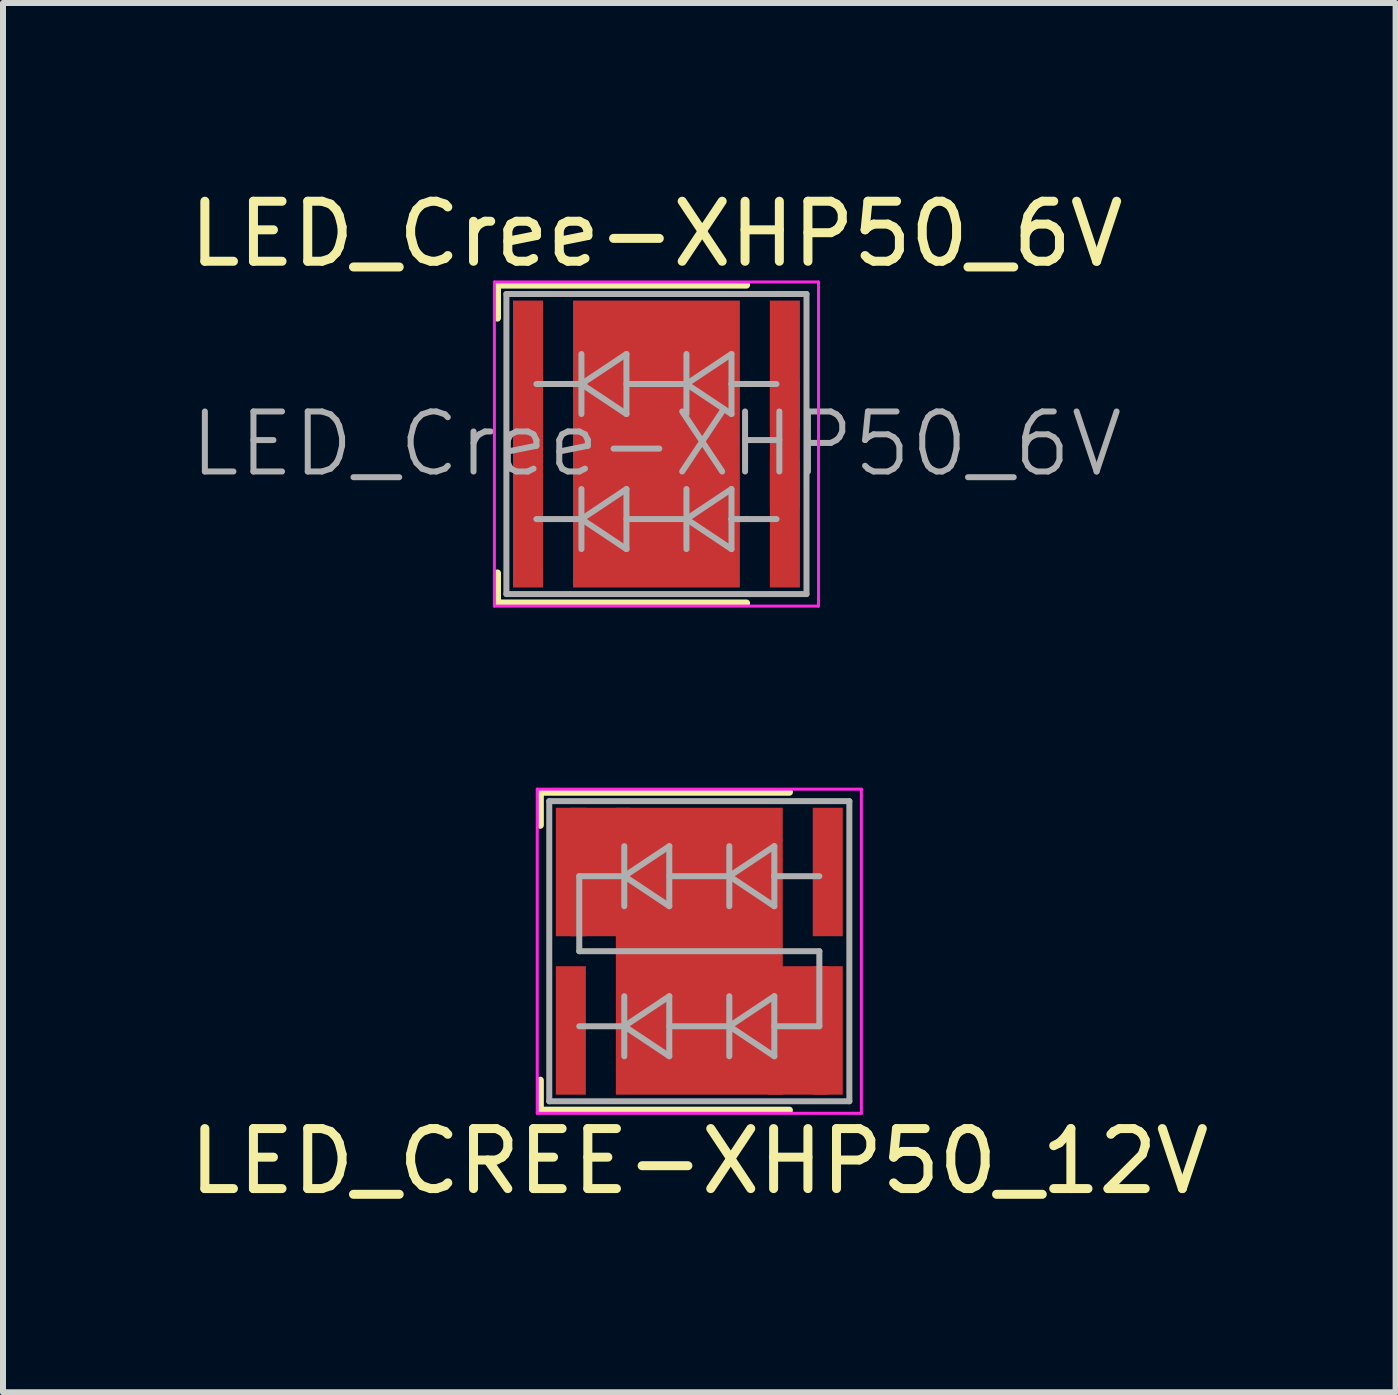
<source format=kicad_pcb>
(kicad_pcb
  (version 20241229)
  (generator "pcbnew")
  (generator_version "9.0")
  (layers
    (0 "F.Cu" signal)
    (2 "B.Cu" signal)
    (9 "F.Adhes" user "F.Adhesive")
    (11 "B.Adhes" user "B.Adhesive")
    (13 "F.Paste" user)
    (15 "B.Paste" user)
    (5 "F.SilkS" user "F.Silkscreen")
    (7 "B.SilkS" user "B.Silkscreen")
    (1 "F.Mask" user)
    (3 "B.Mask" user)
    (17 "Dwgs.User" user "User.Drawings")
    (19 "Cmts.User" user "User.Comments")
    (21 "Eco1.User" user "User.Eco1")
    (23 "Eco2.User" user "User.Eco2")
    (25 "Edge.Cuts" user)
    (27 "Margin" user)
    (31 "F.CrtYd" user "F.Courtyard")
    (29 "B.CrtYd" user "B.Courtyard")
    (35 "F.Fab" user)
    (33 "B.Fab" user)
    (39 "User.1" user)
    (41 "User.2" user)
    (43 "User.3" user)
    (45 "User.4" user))
  (footprint "LED_CREE-XHP50_12V"
    (layer "F.Cu")
    (at 8.601 12.798)
    (property "Reference" "LED_CREE-XHP50_12V" (at 0 3.5 0) (layer "F.SilkS") (effects (font (size 1 1) (thickness 0.15))))
    (attr smd)
    (fp_line (start -2.65 -2.65) (end -2.65 -2.1) (stroke (width 0.12) (type solid)) (layer "F.SilkS"))
    (fp_line (start -2.65 2.65) (end -2.65 2.15) (stroke (width 0.12) (type solid)) (layer "F.SilkS"))
    (fp_line (start 1.5 -2.65) (end -2.65 -2.65) (stroke (width 0.12) (type solid)) (layer "F.SilkS"))
    (fp_line (start 1.5 2.65) (end -2.65 2.65) (stroke (width 0.12) (type solid)) (layer "F.SilkS"))
    (fp_line (start -2.7 -2.7) (end -2.7 2.7) (stroke (width 0.05) (type solid)) (layer "F.CrtYd"))
    (fp_line (start -2.7 2.7) (end 2.7 2.7) (stroke (width 0.05) (type solid)) (layer "F.CrtYd"))
    (fp_line (start 2.7 -2.7) (end -2.7 -2.7) (stroke (width 0.05) (type solid)) (layer "F.CrtYd"))
    (fp_line (start 2.7 2.7) (end 2.7 -2.7) (stroke (width 0.05) (type solid)) (layer "F.CrtYd"))
    (fp_line (start -2.5 -2.5) (end 2.5 -2.5) (stroke (width 0.1) (type solid)) (layer "F.Fab"))
    (fp_line (start -2.5 2.5) (end -2.5 -2.5) (stroke (width 0.1) (type solid)) (layer "F.Fab"))
    (fp_line (start -2 -1.25) (end -2 0) (stroke (width 0.1) (type solid)) (layer "F.Fab"))
    (fp_line (start -2 -1.25) (end -1.25 -1.25) (stroke (width 0.1) (type solid)) (layer "F.Fab"))
    (fp_line (start -2 0) (end 2 0) (stroke (width 0.1) (type solid)) (layer "F.Fab"))
    (fp_line (start -2 1.25) (end -1.25 1.25) (stroke (width 0.1) (type solid)) (layer "F.Fab"))
    (fp_line (start -1.25 -1.25) (end -1.25 -1.75) (stroke (width 0.1) (type solid)) (layer "F.Fab"))
    (fp_line (start -1.25 -1.25) (end -1.25 -0.75) (stroke (width 0.1) (type solid)) (layer "F.Fab"))
    (fp_line (start -1.25 -1.25) (end -0.5 -1.75) (stroke (width 0.1) (type solid)) (layer "F.Fab"))
    (fp_line (start -1.25 1.25) (end -1.25 0.75) (stroke (width 0.1) (type solid)) (layer "F.Fab"))
    (fp_line (start -1.25 1.25) (end -1.25 1.75) (stroke (width 0.1) (type solid)) (layer "F.Fab"))
    (fp_line (start -1.25 1.25) (end -0.5 0.75) (stroke (width 0.1) (type solid)) (layer "F.Fab"))
    (fp_line (start -0.5 -1.75) (end -0.5 -0.75) (stroke (width 0.1) (type solid)) (layer "F.Fab"))
    (fp_line (start -0.5 -1.25) (end 0.5 -1.25) (stroke (width 0.1) (type solid)) (layer "F.Fab"))
    (fp_line (start -0.5 -0.75) (end -1.25 -1.25) (stroke (width 0.1) (type solid)) (layer "F.Fab"))
    (fp_line (start -0.5 0.75) (end -0.5 1.75) (stroke (width 0.1) (type solid)) (layer "F.Fab"))
    (fp_line (start -0.5 1.25) (end 0.5 1.25) (stroke (width 0.1) (type solid)) (layer "F.Fab"))
    (fp_line (start -0.5 1.75) (end -1.25 1.25) (stroke (width 0.1) (type solid)) (layer "F.Fab"))
    (fp_line (start 0.5 -1.75) (end 0.5 -0.75) (stroke (width 0.1) (type solid)) (layer "F.Fab"))
    (fp_line (start 0.5 -1.25) (end 1.25 -0.75) (stroke (width 0.1) (type solid)) (layer "F.Fab"))
    (fp_line (start 0.5 0.75) (end 0.5 1.75) (stroke (width 0.1) (type solid)) (layer "F.Fab"))
    (fp_line (start 0.5 1.25) (end 1.25 1.75) (stroke (width 0.1) (type solid)) (layer "F.Fab"))
    (fp_line (start 1.25 -1.75) (end 0.5 -1.25) (stroke (width 0.1) (type solid)) (layer "F.Fab"))
    (fp_line (start 1.25 -1.25) (end 1.25 -1.75) (stroke (width 0.1) (type solid)) (layer "F.Fab"))
    (fp_line (start 1.25 -0.75) (end 1.25 -1.25) (stroke (width 0.1) (type solid)) (layer "F.Fab"))
    (fp_line (start 1.25 0.75) (end 0.5 1.25) (stroke (width 0.1) (type solid)) (layer "F.Fab"))
    (fp_line (start 1.25 0.75) (end 1.25 1.75) (stroke (width 0.1) (type solid)) (layer "F.Fab"))
    (fp_line (start 2 -1.25) (end 1.25 -1.25) (stroke (width 0.1) (type solid)) (layer "F.Fab"))
    (fp_line (start 2 0) (end 2 1.25) (stroke (width 0.1) (type solid)) (layer "F.Fab"))
    (fp_line (start 2 1.25) (end 1.25 1.25) (stroke (width 0.1) (type solid)) (layer "F.Fab"))
    (fp_line (start 2.5 -2.5) (end 2.5 2.5) (stroke (width 0.1) (type solid)) (layer "F.Fab"))
    (fp_line (start 2.5 2.5) (end -2.5 2.5) (stroke (width 0.1) (type solid)) (layer "F.Fab"))
    (pad "1" smd rect (at -2.14 1.32) (size 0.5 2.14) (layers "F.Cu" "F.Mask" "F.Paste"))
    (pad "2" smd rect (at 2.14 -1.32) (size 0.5 2.14) (layers "F.Cu" "F.Mask" "F.Paste"))
    (pad "3" smd rect (at -2.14 -1.32) (size 0.5 2.14) (layers "F.Cu" "F.Mask" "F.Paste"))
    (pad "3" smd rect (at -1.65 -1.32) (size 1 2.14) (layers "F.Cu" "F.Mask"))
    (pad "3" smd rect (at -0.61 -1.57) (size 0.97 0.8) (layers "F.Cu" "F.Mask" "F.Paste"))
    (pad "3" smd rect (at -0.61 -0.53) (size 0.97 0.8) (layers "F.Cu" "F.Mask" "F.Paste"))
    (pad "3" smd rect (at -0.61 0.53) (size 0.97 0.8) (layers "F.Cu" "F.Mask" "F.Paste"))
    (pad "3" smd rect (at -0.61 1.57) (size 0.97 0.8) (layers "F.Cu" "F.Mask" "F.Paste"))
    (pad "3" smd rect (at 0 0) (size 2.78 4.78) (layers "F.Cu" "F.Mask"))
    (pad "3" smd rect (at 0.61 -1.57) (size 0.97 0.8) (layers "F.Cu" "F.Mask" "F.Paste"))
    (pad "3" smd rect (at 0.61 -0.53) (size 0.97 0.8) (layers "F.Cu" "F.Mask" "F.Paste"))
    (pad "3" smd rect (at 0.61 0.53) (size 0.97 0.8) (layers "F.Cu" "F.Mask" "F.Paste"))
    (pad "3" smd rect (at 0.61 1.57) (size 0.97 0.8) (layers "F.Cu" "F.Mask" "F.Paste"))
    (pad "3" smd rect (at 1.65 1.32) (size 1 2.14) (layers "F.Cu" "F.Mask"))
    (pad "3" smd rect (at 2.14 1.32) (size 0.5 2.14) (layers "F.Cu" "F.Mask" "F.Paste")))
  (footprint "LED_Cree-XHP50_6V"
    (layer "F.Cu")
    (at 7.887 4.348)
    (property "Reference" "LED_Cree-XHP50_6V" (at 0 -3.5 0) (layer "F.SilkS") (effects (font (size 1 1) (thickness 0.15))))
    (attr smd)
    (fp_line (start -2.65 -2.65) (end -2.65 -2.1) (stroke (width 0.12) (type solid)) (layer "F.SilkS"))
    (fp_line (start -2.65 2.65) (end -2.65 2.15) (stroke (width 0.12) (type solid)) (layer "F.SilkS"))
    (fp_line (start 1.5 -2.65) (end -2.65 -2.65) (stroke (width 0.12) (type solid)) (layer "F.SilkS"))
    (fp_line (start 1.5 2.65) (end -2.65 2.65) (stroke (width 0.12) (type solid)) (layer "F.SilkS"))
    (fp_line (start -2.7 -2.7) (end -2.7 2.7) (stroke (width 0.05) (type solid)) (layer "F.CrtYd"))
    (fp_line (start -2.7 2.7) (end 2.7 2.7) (stroke (width 0.05) (type solid)) (layer "F.CrtYd"))
    (fp_line (start 2.7 -2.7) (end -2.7 -2.7) (stroke (width 0.05) (type solid)) (layer "F.CrtYd"))
    (fp_line (start 2.7 2.7) (end 2.7 -2.7) (stroke (width 0.05) (type solid)) (layer "F.CrtYd"))
    (fp_line (start -2.5 -2.5) (end 2.5 -2.5) (stroke (width 0.1) (type solid)) (layer "F.Fab"))
    (fp_line (start -2.5 2.5) (end -2.5 -2.5) (stroke (width 0.1) (type solid)) (layer "F.Fab"))
    (fp_line (start -2 -1) (end -1.25 -1) (stroke (width 0.1) (type solid)) (layer "F.Fab"))
    (fp_line (start -2 1.25) (end -1.25 1.25) (stroke (width 0.1) (type solid)) (layer "F.Fab"))
    (fp_line (start -1.25 -1) (end -1.25 -1.5) (stroke (width 0.1) (type solid)) (layer "F.Fab"))
    (fp_line (start -1.25 -1) (end -1.25 -0.5) (stroke (width 0.1) (type solid)) (layer "F.Fab"))
    (fp_line (start -1.25 -1) (end -0.5 -1.5) (stroke (width 0.1) (type solid)) (layer "F.Fab"))
    (fp_line (start -1.25 1.25) (end -1.25 0.75) (stroke (width 0.1) (type solid)) (layer "F.Fab"))
    (fp_line (start -1.25 1.25) (end -1.25 1.75) (stroke (width 0.1) (type solid)) (layer "F.Fab"))
    (fp_line (start -1.25 1.25) (end -0.5 0.75) (stroke (width 0.1) (type solid)) (layer "F.Fab"))
    (fp_line (start -0.5 -1.5) (end -0.5 -0.5) (stroke (width 0.1) (type solid)) (layer "F.Fab"))
    (fp_line (start -0.5 -0.5) (end -1.25 -1) (stroke (width 0.1) (type solid)) (layer "F.Fab"))
    (fp_line (start -0.5 0.75) (end -0.5 1.75) (stroke (width 0.1) (type solid)) (layer "F.Fab"))
    (fp_line (start -0.5 1.75) (end -1.25 1.25) (stroke (width 0.1) (type solid)) (layer "F.Fab"))
    (fp_line (start 0.5 -1.5) (end 0.5 -0.5) (stroke (width 0.1) (type solid)) (layer "F.Fab"))
    (fp_line (start 0.5 -1) (end -0.5 -1) (stroke (width 0.1) (type solid)) (layer "F.Fab"))
    (fp_line (start 0.5 -1) (end 1.25 -0.5) (stroke (width 0.1) (type solid)) (layer "F.Fab"))
    (fp_line (start 0.5 0.75) (end 0.5 1.75) (stroke (width 0.1) (type solid)) (layer "F.Fab"))
    (fp_line (start 0.5 1.25) (end -0.5 1.25) (stroke (width 0.1) (type solid)) (layer "F.Fab"))
    (fp_line (start 0.5 1.25) (end 1.25 1.75) (stroke (width 0.1) (type solid)) (layer "F.Fab"))
    (fp_line (start 1.25 -1.5) (end 0.5 -1) (stroke (width 0.1) (type solid)) (layer "F.Fab"))
    (fp_line (start 1.25 -1) (end 1.25 -1.5) (stroke (width 0.1) (type solid)) (layer "F.Fab"))
    (fp_line (start 1.25 -0.5) (end 1.25 -1) (stroke (width 0.1) (type solid)) (layer "F.Fab"))
    (fp_line (start 1.25 0.75) (end 0.5 1.25) (stroke (width 0.1) (type solid)) (layer "F.Fab"))
    (fp_line (start 1.25 1.25) (end 1.25 0.75) (stroke (width 0.1) (type solid)) (layer "F.Fab"))
    (fp_line (start 1.25 1.75) (end 1.25 1.25) (stroke (width 0.1) (type solid)) (layer "F.Fab"))
    (fp_line (start 1.5 -1) (end 1.25 -1) (stroke (width 0.1) (type solid)) (layer "F.Fab"))
    (fp_line (start 1.5 -1) (end 2 -1) (stroke (width 0.1) (type solid)) (layer "F.Fab"))
    (fp_line (start 1.5 1.25) (end 1.25 1.25) (stroke (width 0.1) (type solid)) (layer "F.Fab"))
    (fp_line (start 1.5 1.25) (end 2 1.25) (stroke (width 0.1) (type solid)) (layer "F.Fab"))
    (fp_line (start 2.5 -2.5) (end 2.5 2.5) (stroke (width 0.1) (type solid)) (layer "F.Fab"))
    (fp_line (start 2.5 2.5) (end -2.5 2.5) (stroke (width 0.1) (type solid)) (layer "F.Fab"))
    (fp_text user "${REFERENCE}" (at 0 0 0) (layer "F.Fab") (effects (font (size 1 1) (thickness 0.1))))
    (pad "1" smd rect (at -2.14 -1.32) (size 0.5 2.14) (layers "F.Cu" "F.Mask" "F.Paste"))
    (pad "1" smd rect (at -2.14 0) (size 0.5 2.14) (layers "F.Cu" "F.Mask"))
    (pad "1" smd rect (at -2.14 1.32) (size 0.5 2.14) (layers "F.Cu" "F.Mask" "F.Paste"))
    (pad "2" smd rect (at 2.14 -1.32) (size 0.5 2.14) (layers "F.Cu" "F.Mask" "F.Paste"))
    (pad "2" smd rect (at 2.14 0) (size 0.5 2.14) (layers "F.Cu" "F.Mask"))
    (pad "2" smd rect (at 2.14 1.32) (size 0.5 2.14) (layers "F.Cu" "F.Mask" "F.Paste"))
    (pad "3" smd rect (at -0.61 -1.57) (size 0.97 0.8) (layers "F.Cu" "F.Mask" "F.Paste"))
    (pad "3" smd rect (at -0.61 -0.53) (size 0.97 0.8) (layers "F.Cu" "F.Mask" "F.Paste"))
    (pad "3" smd rect (at -0.61 0.53) (size 0.97 0.8) (layers "F.Cu" "F.Mask" "F.Paste"))
    (pad "3" smd rect (at -0.61 1.57) (size 0.97 0.8) (layers "F.Cu" "F.Mask" "F.Paste"))
    (pad "3" smd rect (at 0 0) (size 2.78 4.78) (layers "F.Cu" "F.Mask"))
    (pad "3" smd rect (at 0.61 -1.57) (size 0.97 0.8) (layers "F.Cu" "F.Mask" "F.Paste"))
    (pad "3" smd rect (at 0.61 -0.53) (size 0.97 0.8) (layers "F.Cu" "F.Mask" "F.Paste"))
    (pad "3" smd rect (at 0.61 0.53) (size 0.97 0.8) (layers "F.Cu" "F.Mask" "F.Paste"))
    (pad "3" smd rect (at 0.61 1.57) (size 0.97 0.8) (layers "F.Cu" "F.Mask" "F.Paste")))
  (gr_rect
    (start -3 -3)
    (end 20.202 20.146)
    (stroke (width 0.1) (type default))
    (fill no)
    (layer "Edge.Cuts")))
</source>
